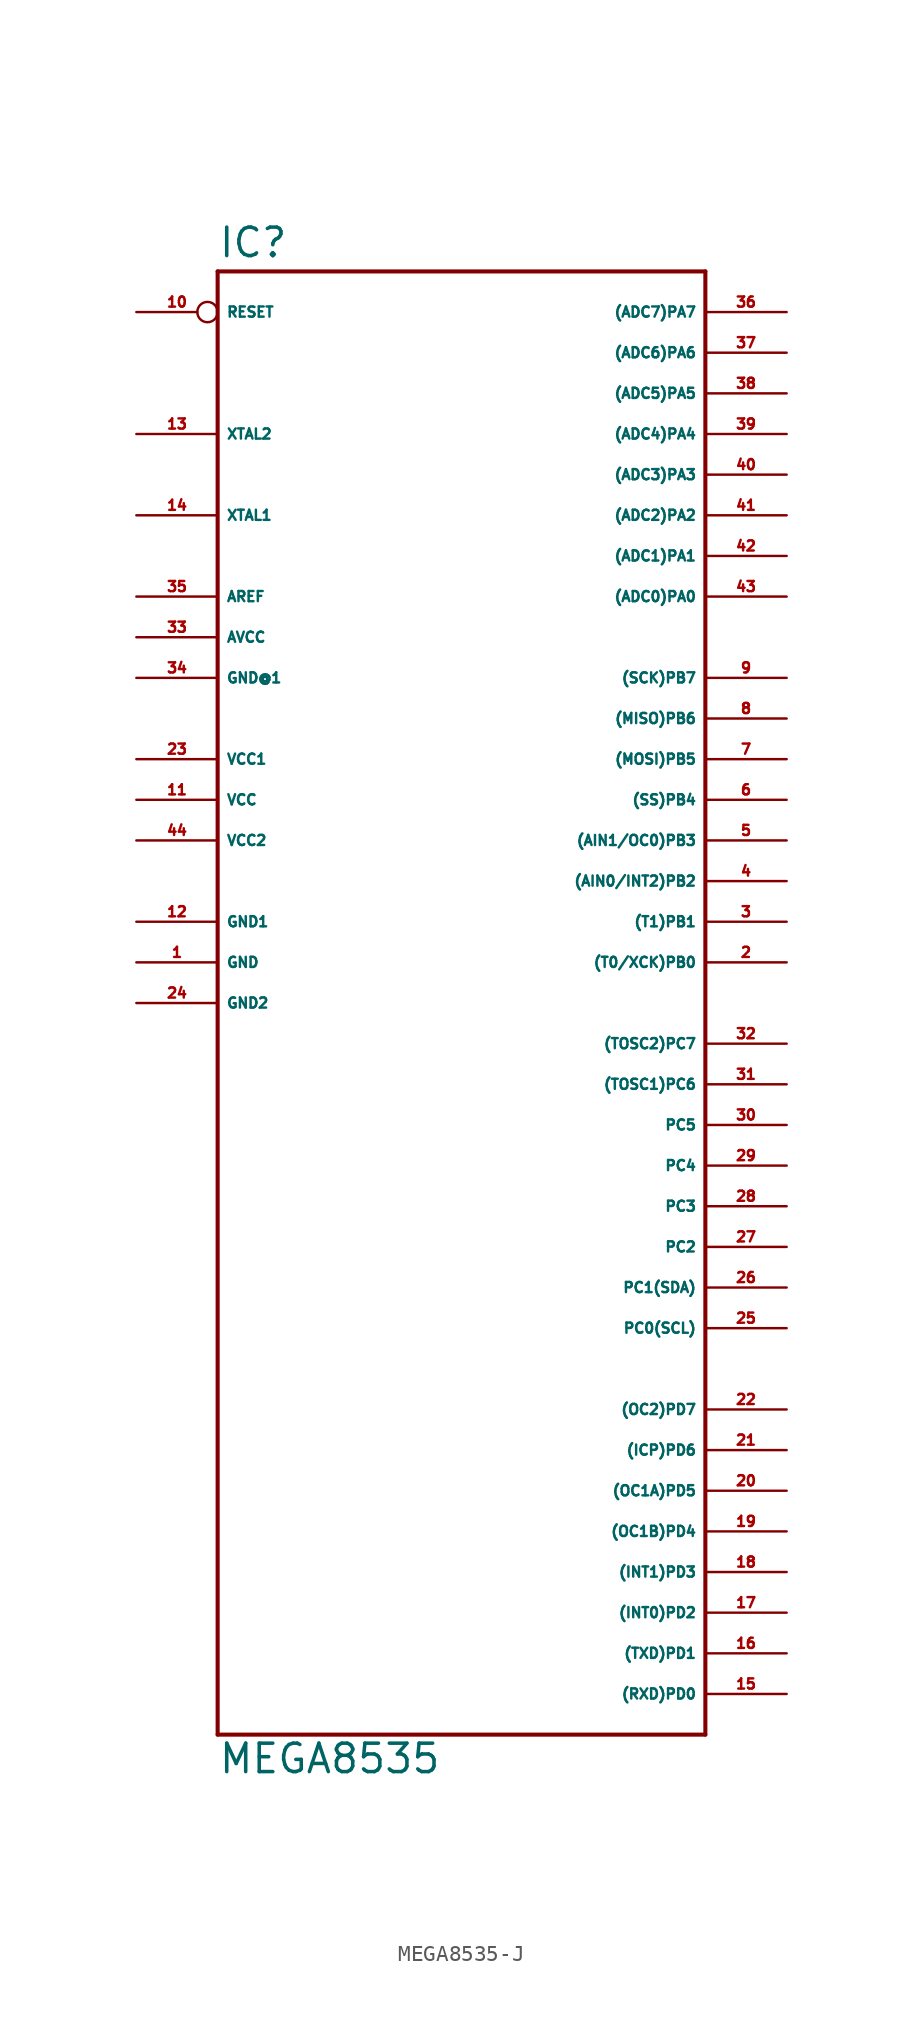
<source format=kicad_sym>
(kicad_symbol_lib
  (version 20220914)
  (generator Eagle2Kicad)
  (symbol "MEGA8535-J"
    (property "Reference" "IC"
      (at -15.24 43.942 0)
      (effects (font (size 1.778 1.778) (thickness 0.22)) (justify left bottom)))
    (property "Value" "MEGA8535"
      (at -15.24 -50.8 0)
      (effects (font (size 1.778 1.778) (thickness 0.22)) (justify left bottom)))
    (polyline
      (pts (xy -15.24 43.18) (xy 15.24 43.18))
      (stroke (width 0.254) (type default))
      (fill (type none)))
    (polyline
      (pts (xy 15.24 43.18) (xy 15.24 -48.26))
      (stroke (width 0.254) (type default))
      (fill (type none)))
    (polyline
      (pts (xy 15.24 -48.26) (xy -15.24 -48.26))
      (stroke (width 0.254) (type default))
      (fill (type none)))
    (polyline
      (pts (xy -15.24 -48.26) (xy -15.24 43.18))
      (stroke (width 0.254) (type default))
      (fill (type none)))
    (pin bidirectional line
      (at 20.32 40.64 180)
      (length 5.08)
      (name "(ADC7)PA7" (effects (font (size 0.635 0.635) (thickness 0.08)) (justify left bottom)))
      (number "36" (effects (font (size 0.635 0.635) (thickness 0.08)) (justify left bottom))))
    (pin bidirectional line
      (at 20.32 38.1 180)
      (length 5.08)
      (name "(ADC6)PA6" (effects (font (size 0.635 0.635) (thickness 0.08)) (justify left bottom)))
      (number "37" (effects (font (size 0.635 0.635) (thickness 0.08)) (justify left bottom))))
    (pin bidirectional line
      (at 20.32 35.56 180)
      (length 5.08)
      (name "(ADC5)PA5" (effects (font (size 0.635 0.635) (thickness 0.08)) (justify left bottom)))
      (number "38" (effects (font (size 0.635 0.635) (thickness 0.08)) (justify left bottom))))
    (pin bidirectional line
      (at 20.32 33.02 180)
      (length 5.08)
      (name "(ADC4)PA4" (effects (font (size 0.635 0.635) (thickness 0.08)) (justify left bottom)))
      (number "39" (effects (font (size 0.635 0.635) (thickness 0.08)) (justify left bottom))))
    (pin bidirectional line
      (at 20.32 30.48 180)
      (length 5.08)
      (name "(ADC3)PA3" (effects (font (size 0.635 0.635) (thickness 0.08)) (justify left bottom)))
      (number "40" (effects (font (size 0.635 0.635) (thickness 0.08)) (justify left bottom))))
    (pin bidirectional line
      (at 20.32 27.94 180)
      (length 5.08)
      (name "(ADC2)PA2" (effects (font (size 0.635 0.635) (thickness 0.08)) (justify left bottom)))
      (number "41" (effects (font (size 0.635 0.635) (thickness 0.08)) (justify left bottom))))
    (pin bidirectional line
      (at 20.32 25.4 180)
      (length 5.08)
      (name "(ADC1)PA1" (effects (font (size 0.635 0.635) (thickness 0.08)) (justify left bottom)))
      (number "42" (effects (font (size 0.635 0.635) (thickness 0.08)) (justify left bottom))))
    (pin bidirectional line
      (at 20.32 22.86 180)
      (length 5.08)
      (name "(ADC0)PA0" (effects (font (size 0.635 0.635) (thickness 0.08)) (justify left bottom)))
      (number "43" (effects (font (size 0.635 0.635) (thickness 0.08)) (justify left bottom))))
    (pin bidirectional line
      (at 20.32 17.78 180)
      (length 5.08)
      (name "(SCK)PB7" (effects (font (size 0.635 0.635) (thickness 0.08)) (justify left bottom)))
      (number "9" (effects (font (size 0.635 0.635) (thickness 0.08)) (justify left bottom))))
    (pin bidirectional line
      (at 20.32 15.24 180)
      (length 5.08)
      (name "(MISO)PB6" (effects (font (size 0.635 0.635) (thickness 0.08)) (justify left bottom)))
      (number "8" (effects (font (size 0.635 0.635) (thickness 0.08)) (justify left bottom))))
    (pin bidirectional line
      (at 20.32 12.7 180)
      (length 5.08)
      (name "(MOSI)PB5" (effects (font (size 0.635 0.635) (thickness 0.08)) (justify left bottom)))
      (number "7" (effects (font (size 0.635 0.635) (thickness 0.08)) (justify left bottom))))
    (pin bidirectional line
      (at 20.32 10.16 180)
      (length 5.08)
      (name "(SS)PB4" (effects (font (size 0.635 0.635) (thickness 0.08)) (justify left bottom)))
      (number "6" (effects (font (size 0.635 0.635) (thickness 0.08)) (justify left bottom))))
    (pin bidirectional line
      (at 20.32 7.62 180)
      (length 5.08)
      (name "(AIN1/OC0)PB3" (effects (font (size 0.635 0.635) (thickness 0.08)) (justify left bottom)))
      (number "5" (effects (font (size 0.635 0.635) (thickness 0.08)) (justify left bottom))))
    (pin bidirectional line
      (at 20.32 5.08 180)
      (length 5.08)
      (name "(AIN0/INT2)PB2" (effects (font (size 0.635 0.635) (thickness 0.08)) (justify left bottom)))
      (number "4" (effects (font (size 0.635 0.635) (thickness 0.08)) (justify left bottom))))
    (pin bidirectional line
      (at 20.32 2.54 180)
      (length 5.08)
      (name "(T1)PB1" (effects (font (size 0.635 0.635) (thickness 0.08)) (justify left bottom)))
      (number "3" (effects (font (size 0.635 0.635) (thickness 0.08)) (justify left bottom))))
    (pin bidirectional line
      (at 20.32 0 180)
      (length 5.08)
      (name "(T0/XCK)PB0" (effects (font (size 0.635 0.635) (thickness 0.08)) (justify left bottom)))
      (number "2" (effects (font (size 0.635 0.635) (thickness 0.08)) (justify left bottom))))
    (pin bidirectional line
      (at 20.32 -5.08 180)
      (length 5.08)
      (name "(TOSC2)PC7" (effects (font (size 0.635 0.635) (thickness 0.08)) (justify left bottom)))
      (number "32" (effects (font (size 0.635 0.635) (thickness 0.08)) (justify left bottom))))
    (pin bidirectional line
      (at 20.32 -7.62 180)
      (length 5.08)
      (name "(TOSC1)PC6" (effects (font (size 0.635 0.635) (thickness 0.08)) (justify left bottom)))
      (number "31" (effects (font (size 0.635 0.635) (thickness 0.08)) (justify left bottom))))
    (pin bidirectional line
      (at 20.32 -10.16 180)
      (length 5.08)
      (name "PC5" (effects (font (size 0.635 0.635) (thickness 0.08)) (justify left bottom)))
      (number "30" (effects (font (size 0.635 0.635) (thickness 0.08)) (justify left bottom))))
    (pin bidirectional line
      (at 20.32 -12.7 180)
      (length 5.08)
      (name "PC4" (effects (font (size 0.635 0.635) (thickness 0.08)) (justify left bottom)))
      (number "29" (effects (font (size 0.635 0.635) (thickness 0.08)) (justify left bottom))))
    (pin bidirectional line
      (at 20.32 -15.24 180)
      (length 5.08)
      (name "PC3" (effects (font (size 0.635 0.635) (thickness 0.08)) (justify left bottom)))
      (number "28" (effects (font (size 0.635 0.635) (thickness 0.08)) (justify left bottom))))
    (pin bidirectional line
      (at 20.32 -17.78 180)
      (length 5.08)
      (name "PC2" (effects (font (size 0.635 0.635) (thickness 0.08)) (justify left bottom)))
      (number "27" (effects (font (size 0.635 0.635) (thickness 0.08)) (justify left bottom))))
    (pin bidirectional line
      (at 20.32 -20.32 180)
      (length 5.08)
      (name "PC1(SDA)" (effects (font (size 0.635 0.635) (thickness 0.08)) (justify left bottom)))
      (number "26" (effects (font (size 0.635 0.635) (thickness 0.08)) (justify left bottom))))
    (pin bidirectional line
      (at 20.32 -22.86 180)
      (length 5.08)
      (name "PC0(SCL)" (effects (font (size 0.635 0.635) (thickness 0.08)) (justify left bottom)))
      (number "25" (effects (font (size 0.635 0.635) (thickness 0.08)) (justify left bottom))))
    (pin unspecified line
      (at -20.32 17.78 0)
      (length 5.08)
      (name "GND@1" (effects (font (size 0.635 0.635) (thickness 0.08)) (justify left bottom)))
      (number "34" (effects (font (size 0.635 0.635) (thickness 0.08)) (justify left bottom))))
    (pin unspecified line
      (at -20.32 20.32 0)
      (length 5.08)
      (name "AVCC" (effects (font (size 0.635 0.635) (thickness 0.08)) (justify left bottom)))
      (number "33" (effects (font (size 0.635 0.635) (thickness 0.08)) (justify left bottom))))
    (pin passive line
      (at -20.32 22.86 0)
      (length 5.08)
      (name "AREF" (effects (font (size 0.635 0.635) (thickness 0.08)) (justify left bottom)))
      (number "35" (effects (font (size 0.635 0.635) (thickness 0.08)) (justify left bottom))))
    (pin bidirectional line
      (at -20.32 27.94 0)
      (length 5.08)
      (name "XTAL1" (effects (font (size 0.635 0.635) (thickness 0.08)) (justify left bottom)))
      (number "14" (effects (font (size 0.635 0.635) (thickness 0.08)) (justify left bottom))))
    (pin bidirectional line
      (at -20.32 33.02 0)
      (length 5.08)
      (name "XTAL2" (effects (font (size 0.635 0.635) (thickness 0.08)) (justify left bottom)))
      (number "13" (effects (font (size 0.635 0.635) (thickness 0.08)) (justify left bottom))))
    (pin unspecified line
      (at -20.32 2.54 0)
      (length 5.08)
      (name "GND1" (effects (font (size 0.635 0.635) (thickness 0.08)) (justify left bottom)))
      (number "12" (effects (font (size 0.635 0.635) (thickness 0.08)) (justify left bottom))))
    (pin unspecified line
      (at -20.32 -2.54 0)
      (length 5.08)
      (name "GND2" (effects (font (size 0.635 0.635) (thickness 0.08)) (justify left bottom)))
      (number "24" (effects (font (size 0.635 0.635) (thickness 0.08)) (justify left bottom))))
    (pin input inverted
      (at -20.32 40.64 0)
      (length 5.08)
      (name "RESET" (effects (font (size 0.635 0.635) (thickness 0.08)) (justify left bottom)))
      (number "10" (effects (font (size 0.635 0.635) (thickness 0.08)) (justify left bottom))))
    (pin bidirectional line
      (at 20.32 -45.72 180)
      (length 5.08)
      (name "(RXD)PD0" (effects (font (size 0.635 0.635) (thickness 0.08)) (justify left bottom)))
      (number "15" (effects (font (size 0.635 0.635) (thickness 0.08)) (justify left bottom))))
    (pin bidirectional line
      (at 20.32 -43.18 180)
      (length 5.08)
      (name "(TXD)PD1" (effects (font (size 0.635 0.635) (thickness 0.08)) (justify left bottom)))
      (number "16" (effects (font (size 0.635 0.635) (thickness 0.08)) (justify left bottom))))
    (pin bidirectional line
      (at 20.32 -40.64 180)
      (length 5.08)
      (name "(INT0)PD2" (effects (font (size 0.635 0.635) (thickness 0.08)) (justify left bottom)))
      (number "17" (effects (font (size 0.635 0.635) (thickness 0.08)) (justify left bottom))))
    (pin bidirectional line
      (at 20.32 -38.1 180)
      (length 5.08)
      (name "(INT1)PD3" (effects (font (size 0.635 0.635) (thickness 0.08)) (justify left bottom)))
      (number "18" (effects (font (size 0.635 0.635) (thickness 0.08)) (justify left bottom))))
    (pin bidirectional line
      (at 20.32 -35.56 180)
      (length 5.08)
      (name "(OC1B)PD4" (effects (font (size 0.635 0.635) (thickness 0.08)) (justify left bottom)))
      (number "19" (effects (font (size 0.635 0.635) (thickness 0.08)) (justify left bottom))))
    (pin bidirectional line
      (at 20.32 -33.02 180)
      (length 5.08)
      (name "(OC1A)PD5" (effects (font (size 0.635 0.635) (thickness 0.08)) (justify left bottom)))
      (number "20" (effects (font (size 0.635 0.635) (thickness 0.08)) (justify left bottom))))
    (pin bidirectional line
      (at 20.32 -30.48 180)
      (length 5.08)
      (name "(ICP)PD6" (effects (font (size 0.635 0.635) (thickness 0.08)) (justify left bottom)))
      (number "21" (effects (font (size 0.635 0.635) (thickness 0.08)) (justify left bottom))))
    (pin bidirectional line
      (at 20.32 -27.94 180)
      (length 5.08)
      (name "(OC2)PD7" (effects (font (size 0.635 0.635) (thickness 0.08)) (justify left bottom)))
      (number "22" (effects (font (size 0.635 0.635) (thickness 0.08)) (justify left bottom))))
    (pin unspecified line
      (at -20.32 12.7 0)
      (length 5.08)
      (name "VCC1" (effects (font (size 0.635 0.635) (thickness 0.08)) (justify left bottom)))
      (number "23" (effects (font (size 0.635 0.635) (thickness 0.08)) (justify left bottom))))
    (pin unspecified line
      (at -20.32 10.16 0)
      (length 5.08)
      (name "VCC" (effects (font (size 0.635 0.635) (thickness 0.08)) (justify left bottom)))
      (number "11" (effects (font (size 0.635 0.635) (thickness 0.08)) (justify left bottom))))
    (pin unspecified line
      (at -20.32 7.62 0)
      (length 5.08)
      (name "VCC2" (effects (font (size 0.635 0.635) (thickness 0.08)) (justify left bottom)))
      (number "44" (effects (font (size 0.635 0.635) (thickness 0.08)) (justify left bottom))))
    (pin unspecified line
      (at -20.32 0 0)
      (length 5.08)
      (name "GND" (effects (font (size 0.635 0.635) (thickness 0.08)) (justify left bottom)))
      (number "1" (effects (font (size 0.635 0.635) (thickness 0.08)) (justify left bottom))))))
</source>
